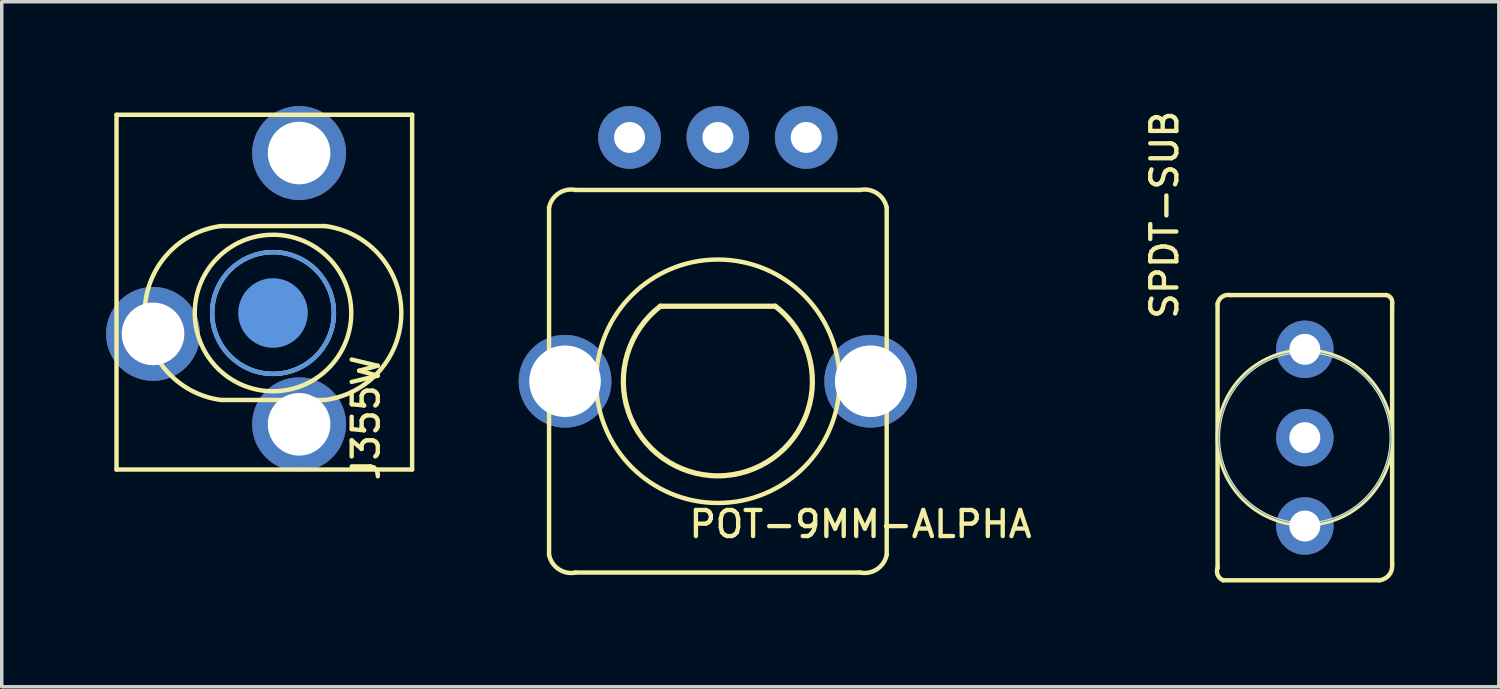
<source format=kicad_pcb>
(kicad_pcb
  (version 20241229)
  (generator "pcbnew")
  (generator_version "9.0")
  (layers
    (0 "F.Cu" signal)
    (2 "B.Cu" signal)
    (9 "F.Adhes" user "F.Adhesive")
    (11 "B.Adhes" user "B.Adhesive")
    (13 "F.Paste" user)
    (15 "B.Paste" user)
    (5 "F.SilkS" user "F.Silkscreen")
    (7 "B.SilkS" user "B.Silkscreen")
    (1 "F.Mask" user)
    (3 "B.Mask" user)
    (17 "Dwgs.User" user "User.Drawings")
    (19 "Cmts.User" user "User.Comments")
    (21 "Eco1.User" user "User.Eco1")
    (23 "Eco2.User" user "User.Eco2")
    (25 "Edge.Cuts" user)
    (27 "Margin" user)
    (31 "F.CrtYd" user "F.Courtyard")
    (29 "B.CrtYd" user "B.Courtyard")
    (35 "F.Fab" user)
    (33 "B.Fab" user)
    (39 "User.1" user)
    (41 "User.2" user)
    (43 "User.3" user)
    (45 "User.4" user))
  (footprint "POT-9MM-ALPHA"
    (layer "F.Cu")
    (at 17.591 7.914)
    (property "Reference" "POT-9MM-ALPHA" (at -0.892 4.547 180) (layer "F.SilkS") (effects (font (size 0.75 0.75) (thickness 0.125)) (justify left bottom)))
    (attr through_hole)
    (fp_line (start -4.854 -4.992) (end -4.854 4.988) (stroke (width 0.127) (type solid)) (layer "F.SilkS"))
    (fp_line (start -4.09 5.498) (end 4.09 5.498) (stroke (width 0.127) (type solid)) (layer "F.SilkS"))
    (fp_line (start 1.651 -2.159) (end -1.651 -2.159) (stroke (width 0.15) (type solid)) (layer "F.SilkS"))
    (fp_line (start 4.09 -5.502) (end -4.09 -5.502) (stroke (width 0.127) (type solid)) (layer "F.SilkS"))
    (fp_line (start 4.854 4.988) (end 4.854 -4.992) (stroke (width 0.127) (type solid)) (layer "F.SilkS"))
    (fp_arc (start -4.854163 -4.991943) (mid -4.577817 -5.405102) (end -4.090263 -5.501843) (stroke (width 0.127) (type solid)) (layer "F.SilkS"))
    (fp_arc (start -4.090263 5.498157) (mid -4.577817 5.401416) (end -4.854163 4.988257) (stroke (width 0.127) (type solid)) (layer "F.SilkS"))
    (fp_arc (start 1.651 -2.159) (mid 0 2.717919) (end -1.651 -2.159) (stroke (width 0.15) (type solid)) (layer "F.SilkS"))
    (fp_arc (start 4.089937 -5.501843) (mid 4.577491 -5.405102) (end 4.853837 -4.991943) (stroke (width 0.127) (type solid)) (layer "F.SilkS"))
    (fp_arc (start 4.853837 4.988257) (mid 4.577491 5.401416) (end 4.089937 5.498157) (stroke (width 0.127) (type solid)) (layer "F.SilkS"))
    (fp_circle (center -0.000163 -0.002) (end -3.5 -0.002) (stroke (width 0.127) (type solid)) (fill no) (layer "F.SilkS"))
    (pad "1" thru_hole circle (at 2.54 -7.012 270) (size 1.803 1.803) (drill 0.889) (layers "*.Cu" "*.Mask"))
    (pad "2" thru_hole circle (at -0.000163 -7.012 270) (size 1.803 1.803) (drill 0.889) (layers "*.Cu" "*.Mask"))
    (pad "3" thru_hole circle (at -2.54 -7.012 270) (size 1.803 1.803) (drill 0.889) (layers "*.Cu" "*.Mask"))
    (pad "4" thru_hole circle (at 4.394 -0.002) (size 2.667 2.667) (drill 2.057) (layers "*.Cu" "*.Mask"))
    (pad "5" thru_hole circle (at -4.394 -0.002) (size 2.667 2.667) (drill 2.057) (layers "*.Cu" "*.Mask")))
  (footprint "SPDT-SUB"
    (layer "F.Cu")
    (at 34.468 9.534)
    (property "Reference" "SPDT-SUB" (at -3.597 -3.345 270) (layer "F.SilkS") (effects (font (size 0.75 0.75) (thickness 0.125)) (justify left bottom)))
    (attr through_hole)
    (fp_line (start -2.51 3.746) (end -2.51 -3.846) (stroke (width 0.127) (type solid)) (layer "F.SilkS"))
    (fp_line (start -2.146 -4.1) (end 2.346 -4.1) (stroke (width 0.127) (type solid)) (layer "F.SilkS"))
    (fp_line (start 2.146 4.1) (end -2.346 4.1) (stroke (width 0.127) (type solid)) (layer "F.SilkS"))
    (fp_line (start 2.51 -3.846) (end 2.51 3.646) (stroke (width 0.127) (type solid)) (layer "F.SilkS"))
    (fp_arc (start -2.51 -3.846) (mid -2.380625 -4.048417) (end -2.145999 -4.100001) (stroke (width 0.127) (type solid)) (layer "F.SilkS"))
    (fp_arc (start -2.346 4.1) (mid -2.501345 3.956979) (end -2.51 3.746) (stroke (width 0.127) (type solid)) (layer "F.SilkS"))
    (fp_arc (start 2.346 -4.1) (mid 2.480605 -4.006966) (end 2.51 -3.846) (stroke (width 0.127) (type solid)) (layer "F.SilkS"))
    (fp_arc (start 2.51 3.646) (mid 2.422026 3.948387) (end 2.146 4.1) (stroke (width 0.127) (type solid)) (layer "F.SilkS"))
    (fp_circle (center 0 0) (end 2.5 0) (stroke (width 0.127) (type solid)) (fill no) (layer "F.SilkS"))
    (fp_circle (center 0 0) (end 2.477 0) (stroke (width 0.025) (type solid)) (fill no) (layer "Cmts.User"))
    (pad "1" thru_hole circle (at 0 -2.54) (size 1.651 1.651) (drill 0.889) (layers "*.Cu" "*.Mask"))
    (pad "2" thru_hole circle (at 0 0) (size 1.651 1.651) (drill 0.889) (layers "*.Cu" "*.Mask"))
    (pad "3" thru_hole circle (at 0 2.54) (size 1.651 1.651) (drill 0.889) (layers "*.Cu" "*.Mask")))
  (footprint "J355W"
    (layer "F.Cu")
    (at 4.8 5.95)
    (property "Reference" "J355W" (at 3.11 4.884 90) (layer "F.SilkS") (effects (font (size 0.75 0.75) (thickness 0.125)) (justify left bottom)))
    (attr through_hole)
    (fp_line (start -4.5 -5.7) (end -4.5 4.5) (stroke (width 0.127) (type solid)) (layer "F.SilkS"))
    (fp_line (start -4.5 4.5) (end 4 4.5) (stroke (width 0.127) (type solid)) (layer "F.SilkS"))
    (fp_line (start 1.5 -2.5) (end -1.5 -2.5) (stroke (width 0.127) (type solid)) (layer "F.SilkS"))
    (fp_line (start 1.5 2.5) (end -1.5 2.5) (stroke (width 0.127) (type solid)) (layer "F.SilkS"))
    (fp_line (start 4 -5.7) (end -4.5 -5.7) (stroke (width 0.127) (type solid)) (layer "F.SilkS"))
    (fp_line (start 4 4.5) (end 4 -5.7) (stroke (width 0.127) (type solid)) (layer "F.SilkS"))
    (fp_arc (start -1.499999 2.5) (mid -3.68879 0) (end -1.5 -2.5) (stroke (width 0.127) (type solid)) (layer "F.SilkS"))
    (fp_arc (start 1.499999 -2.5) (mid 3.68879 0) (end 1.5 2.5) (stroke (width 0.127) (type solid)) (layer "F.SilkS"))
    (fp_circle (center 0 0) (end 1.75 0) (stroke (width 0.127) (type solid)) (fill no) (layer "F.SilkS"))
    (fp_circle (center 0 0) (end 2.25 0) (stroke (width 0.127) (type solid)) (fill no) (layer "F.SilkS"))
    (fp_circle (center 0 0) (end 1 0) (stroke (width 0) (type solid)) (fill yes) (layer "Cmts.User"))
    (fp_circle (center 0 0) (end 1.75 0) (stroke (width 0.127) (type solid)) (fill no) (layer "Cmts.User"))
    (pad "1" thru_hole circle (at -3.45 0.6 180) (size 2.7 2.7) (drill 1.8) (layers "*.Cu" "*.Mask"))
    (pad "2" thru_hole circle (at 0.75 -4.6 180) (size 2.7 2.7) (drill 1.8) (layers "*.Cu" "*.Mask"))
    (pad "3" thru_hole circle (at 0.75 3.2 180) (size 2.7 2.7) (drill 1.8) (layers "*.Cu" "*.Mask")))
  (gr_rect
    (start -3 -3)
    (end 40.046 16.698)
    (stroke (width 0.1) (type default))
    (fill no)
    (layer "Edge.Cuts")))
</source>
